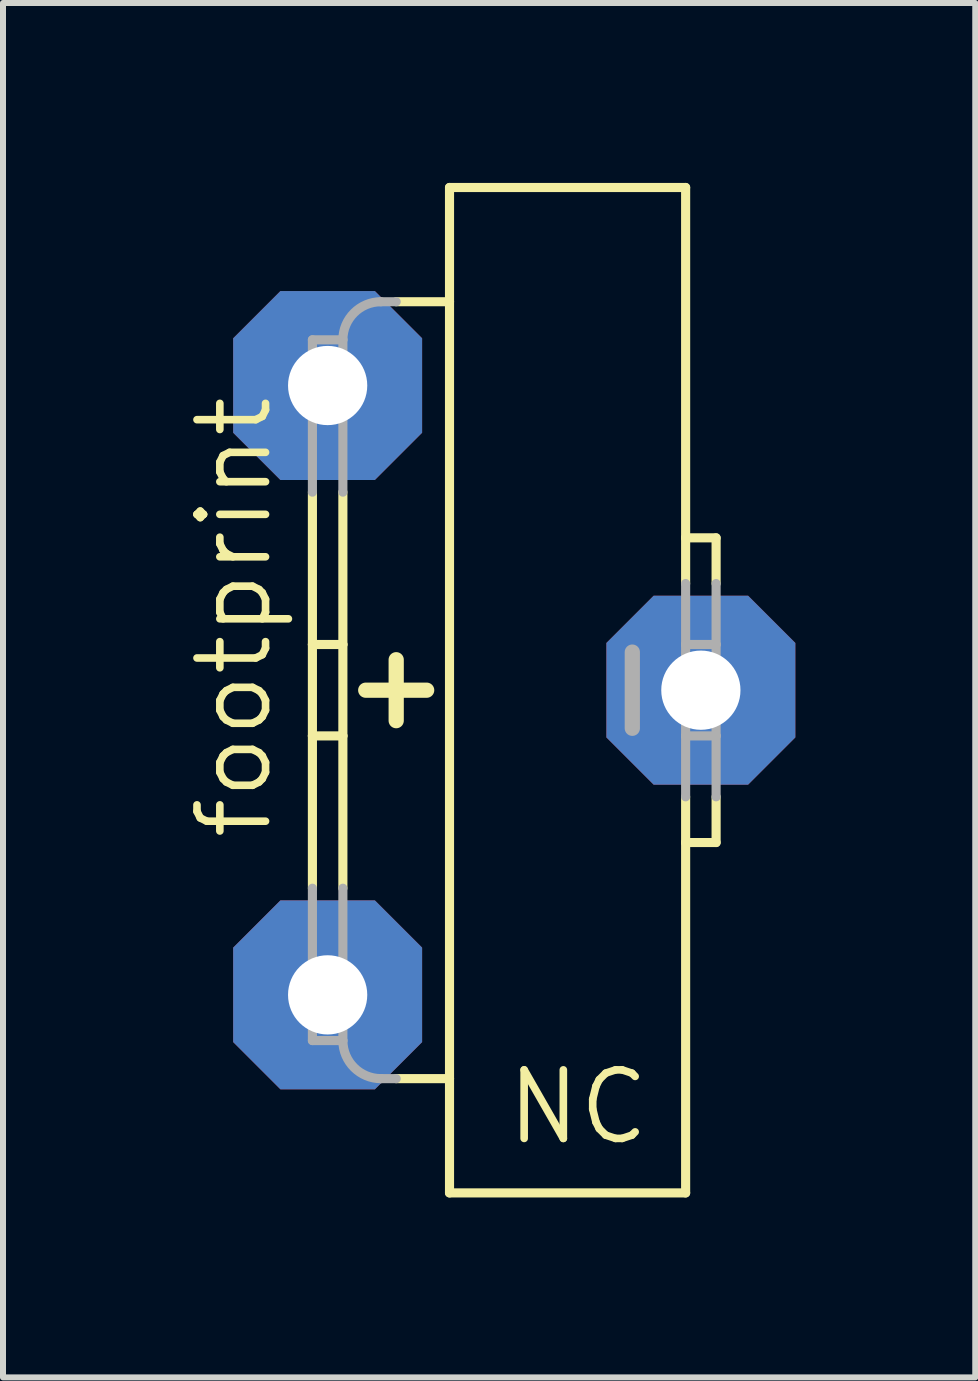
<source format=kicad_pcb>
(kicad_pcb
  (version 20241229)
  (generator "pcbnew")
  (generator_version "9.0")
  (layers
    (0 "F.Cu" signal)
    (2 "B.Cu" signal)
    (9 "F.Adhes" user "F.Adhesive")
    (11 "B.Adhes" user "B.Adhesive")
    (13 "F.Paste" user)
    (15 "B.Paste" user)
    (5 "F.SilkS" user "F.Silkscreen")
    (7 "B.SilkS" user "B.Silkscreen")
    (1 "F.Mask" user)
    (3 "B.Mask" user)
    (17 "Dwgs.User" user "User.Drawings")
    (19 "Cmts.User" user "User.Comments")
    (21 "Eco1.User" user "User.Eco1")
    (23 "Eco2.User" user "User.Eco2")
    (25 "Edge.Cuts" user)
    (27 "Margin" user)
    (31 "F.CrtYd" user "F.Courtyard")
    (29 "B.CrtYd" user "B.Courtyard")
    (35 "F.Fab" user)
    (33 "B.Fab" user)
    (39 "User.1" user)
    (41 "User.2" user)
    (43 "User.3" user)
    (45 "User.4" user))
  (footprint "footprint"
    (layer "F.Cu")
    (at 4.953 8.458)
    (property "Reference" "footprint" (at -3.429 2.54 90) (layer "F.SilkS") (effects (font (size 1.143 1.143) (thickness 0.127)) (justify left bottom)))
    (fp_line (start -2.794 -0.762) (end -2.794 -3.302) (stroke (width 0.152) (type solid)) (layer "F.SilkS"))
    (fp_line (start -2.794 0.762) (end -2.794 -0.762) (stroke (width 0.152) (type solid)) (layer "F.SilkS"))
    (fp_line (start -2.794 3.302) (end -2.794 0.762) (stroke (width 0.152) (type solid)) (layer "F.SilkS"))
    (fp_line (start -2.286 -0.762) (end -2.794 -0.762) (stroke (width 0.152) (type solid)) (layer "F.SilkS"))
    (fp_line (start -2.286 -0.762) (end -2.286 -3.302) (stroke (width 0.152) (type solid)) (layer "F.SilkS"))
    (fp_line (start -2.286 0.762) (end -2.794 0.762) (stroke (width 0.152) (type solid)) (layer "F.SilkS"))
    (fp_line (start -2.286 0.762) (end -2.286 -0.762) (stroke (width 0.152) (type solid)) (layer "F.SilkS"))
    (fp_line (start -2.286 3.302) (end -2.286 0.762) (stroke (width 0.152) (type solid)) (layer "F.SilkS"))
    (fp_line (start -1.905 0) (end -0.889 0) (stroke (width 0.254) (type solid)) (layer "F.SilkS"))
    (fp_line (start -1.397 -0.508) (end -1.397 0.508) (stroke (width 0.254) (type solid)) (layer "F.SilkS"))
    (fp_line (start -1.397 6.477) (end -0.508 6.477) (stroke (width 0.152) (type solid)) (layer "F.SilkS"))
    (fp_line (start -0.508 -8.382) (end 3.429 -8.382) (stroke (width 0.152) (type solid)) (layer "F.SilkS"))
    (fp_line (start -0.508 -6.477) (end -1.397 -6.477) (stroke (width 0.152) (type solid)) (layer "F.SilkS"))
    (fp_line (start -0.508 -6.477) (end -0.508 -8.382) (stroke (width 0.152) (type solid)) (layer "F.SilkS"))
    (fp_line (start -0.508 -6.477) (end -0.508 6.477) (stroke (width 0.152) (type solid)) (layer "F.SilkS"))
    (fp_line (start -0.508 6.477) (end -0.508 8.382) (stroke (width 0.152) (type solid)) (layer "F.SilkS"))
    (fp_line (start -0.508 8.382) (end 3.429 8.382) (stroke (width 0.152) (type solid)) (layer "F.SilkS"))
    (fp_line (start 3.429 -2.54) (end 3.429 -8.382) (stroke (width 0.152) (type solid)) (layer "F.SilkS"))
    (fp_line (start 3.429 -1.778) (end 3.429 -2.54) (stroke (width 0.152) (type solid)) (layer "F.SilkS"))
    (fp_line (start 3.429 2.54) (end 3.429 1.778) (stroke (width 0.152) (type solid)) (layer "F.SilkS"))
    (fp_line (start 3.429 8.382) (end 3.429 2.54) (stroke (width 0.152) (type solid)) (layer "F.SilkS"))
    (fp_line (start 3.937 -2.54) (end 3.429 -2.54) (stroke (width 0.152) (type solid)) (layer "F.SilkS"))
    (fp_line (start 3.937 -1.778) (end 3.937 -2.54) (stroke (width 0.152) (type solid)) (layer "F.SilkS"))
    (fp_line (start 3.937 1.778) (end 3.937 2.54) (stroke (width 0.152) (type solid)) (layer "F.SilkS"))
    (fp_line (start 3.937 2.54) (end 3.429 2.54) (stroke (width 0.152) (type solid)) (layer "F.SilkS"))
    (fp_line (start -2.794 -3.302) (end -2.794 -5.842) (stroke (width 0.152) (type solid)) (layer "F.Fab"))
    (fp_line (start -2.794 5.842) (end -2.794 3.302) (stroke (width 0.152) (type solid)) (layer "F.Fab"))
    (fp_line (start -2.286 -5.842) (end -2.794 -5.842) (stroke (width 0.152) (type solid)) (layer "F.Fab"))
    (fp_line (start -2.286 -3.302) (end -2.286 -5.842) (stroke (width 0.152) (type solid)) (layer "F.Fab"))
    (fp_line (start -2.286 5.842) (end -2.794 5.842) (stroke (width 0.152) (type solid)) (layer "F.Fab"))
    (fp_line (start -2.286 5.842) (end -2.286 3.302) (stroke (width 0.152) (type solid)) (layer "F.Fab"))
    (fp_line (start -1.651 -6.477) (end -1.397 -6.477) (stroke (width 0.152) (type solid)) (layer "F.Fab"))
    (fp_line (start -1.651 6.477) (end -1.397 6.477) (stroke (width 0.152) (type solid)) (layer "F.Fab"))
    (fp_line (start 2.54 -0.635) (end 2.54 0.635) (stroke (width 0.254) (type solid)) (layer "F.Fab"))
    (fp_line (start 3.429 -0.762) (end 3.429 -1.778) (stroke (width 0.152) (type solid)) (layer "F.Fab"))
    (fp_line (start 3.429 0.762) (end 3.429 -0.762) (stroke (width 0.152) (type solid)) (layer "F.Fab"))
    (fp_line (start 3.429 1.778) (end 3.429 0.762) (stroke (width 0.152) (type solid)) (layer "F.Fab"))
    (fp_line (start 3.937 -0.762) (end 3.429 -0.762) (stroke (width 0.152) (type solid)) (layer "F.Fab"))
    (fp_line (start 3.937 -0.762) (end 3.937 -1.778) (stroke (width 0.152) (type solid)) (layer "F.Fab"))
    (fp_line (start 3.937 0.762) (end 3.429 0.762) (stroke (width 0.152) (type solid)) (layer "F.Fab"))
    (fp_line (start 3.937 0.762) (end 3.937 -0.762) (stroke (width 0.152) (type solid)) (layer "F.Fab"))
    (fp_line (start 3.937 1.778) (end 3.937 0.762) (stroke (width 0.152) (type solid)) (layer "F.Fab"))
    (fp_arc (start -2.286 -5.842) (mid -2.100013 -6.291013) (end -1.651 -6.477) (stroke (width 0.1524) (type solid)) (layer "F.Fab"))
    (fp_arc (start -1.651 6.477) (mid -2.100013 6.291013) (end -2.286 5.842) (stroke (width 0.1524) (type solid)) (layer "F.Fab"))
    (fp_text user "NC" (at 0.381 7.62 0) (layer "F.SilkS") (effects (font (size 1.143 1.143) (thickness 0.127)) (justify left bottom)))
    (pad "+" thru_hole roundrect (at -2.54 5.08) (size 3.15 3.15) (drill 1.321) (layers "*.Cu" "*.Mask") (roundrect_rratio 0.25) (chamfer_ratio 0.25) (chamfer top_left top_right bottom_left bottom_right))
    (pad "+@1" thru_hole roundrect (at -2.54 -5.08) (size 3.15 3.15) (drill 1.321) (layers "*.Cu" "*.Mask") (roundrect_rratio 0.25) (chamfer_ratio 0.25) (chamfer top_left top_right bottom_left bottom_right))
    (pad "-" thru_hole roundrect (at 3.683 0) (size 3.15 3.15) (drill 1.321) (layers "*.Cu" "*.Mask") (roundrect_rratio 0.25) (chamfer_ratio 0.25) (chamfer top_left top_right bottom_left bottom_right)))
  (gr_rect
    (start -3 -3)
    (end 13.211 19.916)
    (stroke (width 0.1) (type default))
    (fill no)
    (layer "Edge.Cuts")))
</source>
